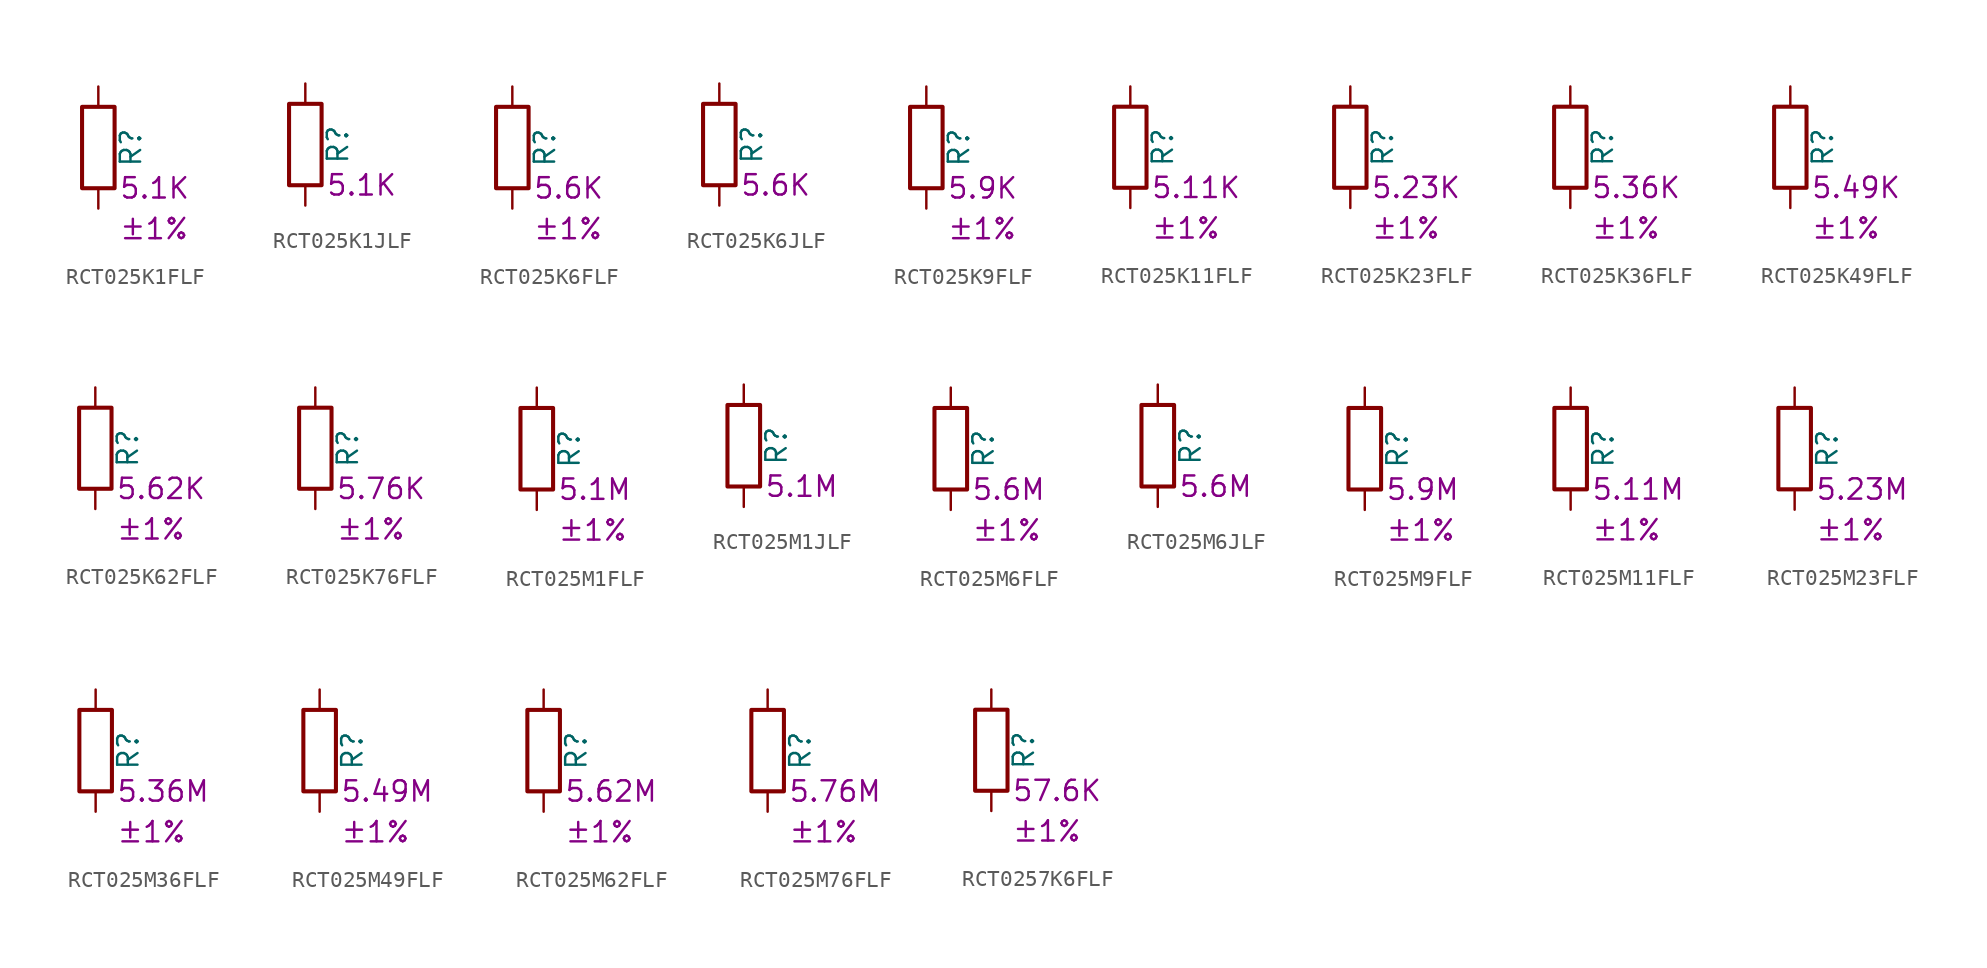
<source format=kicad_sym>
(kicad_symbol_lib
  (version 20220914)
  (generator kicad_symbol_editor)
  (symbol "RCT025K1FLF"
    (pin_numbers hide)
    (pin_names
      (offset 0))
    (property "Reference" "R"
      (at 2.032 0 90)
      (effects (font (size 1.27 1.27))))
    (property "Resistance" "5.1K"
      (at 1.27 -2.54 0)
      (effects (font (size 1.27 1.27)) (justify left)))
    (property "Tolerance" "±1%"
      (at 1.27 -5.08 0)
      (effects (font (size 1.27 1.27)) (justify left)))
    (symbol "RCT025K1FLF_0_1"
      (rectangle (start -1.016 -2.54) (end 1.016 2.54) (stroke (width 0.254) (type default)) (fill (type none))))
    (symbol "RCT025K1FLF_1_1"
      (pin passive line (at 0 3.81 270) (length 1.27) (name "~" (effects (font (size 1.27 1.27)))) (number "1" (effects (font (size 1.27 1.27)))))
      (pin passive line (at 0 -3.81 90) (length 1.27) (name "~" (effects (font (size 1.27 1.27)))) (number "2" (effects (font (size 1.27 1.27)))))))
  (symbol "RCT025K1JLF"
    (pin_numbers hide)
    (pin_names
      (offset 0))
    (property "Reference" "R"
      (at 2.032 0 90)
      (effects (font (size 1.27 1.27))))
    (property "Resistance" "5.1K"
      (at 1.27 -2.54 0)
      (effects (font (size 1.27 1.27)) (justify left)))
    (symbol "RCT025K1JLF_0_1"
      (rectangle (start -1.016 -2.54) (end 1.016 2.54) (stroke (width 0.254) (type default)) (fill (type none))))
    (symbol "RCT025K1JLF_1_1"
      (pin passive line (at 0 3.81 270) (length 1.27) (name "~" (effects (font (size 1.27 1.27)))) (number "1" (effects (font (size 1.27 1.27)))))
      (pin passive line (at 0 -3.81 90) (length 1.27) (name "~" (effects (font (size 1.27 1.27)))) (number "2" (effects (font (size 1.27 1.27)))))))
  (symbol "RCT025K6FLF"
    (pin_numbers hide)
    (pin_names
      (offset 0))
    (property "Reference" "R"
      (at 2.032 0 90)
      (effects (font (size 1.27 1.27))))
    (property "Resistance" "5.6K"
      (at 1.27 -2.54 0)
      (effects (font (size 1.27 1.27)) (justify left)))
    (property "Tolerance" "±1%"
      (at 1.27 -5.08 0)
      (effects (font (size 1.27 1.27)) (justify left)))
    (symbol "RCT025K6FLF_0_1"
      (rectangle (start -1.016 -2.54) (end 1.016 2.54) (stroke (width 0.254) (type default)) (fill (type none))))
    (symbol "RCT025K6FLF_1_1"
      (pin passive line (at 0 3.81 270) (length 1.27) (name "~" (effects (font (size 1.27 1.27)))) (number "1" (effects (font (size 1.27 1.27)))))
      (pin passive line (at 0 -3.81 90) (length 1.27) (name "~" (effects (font (size 1.27 1.27)))) (number "2" (effects (font (size 1.27 1.27)))))))
  (symbol "RCT025K6JLF"
    (pin_numbers hide)
    (pin_names
      (offset 0))
    (property "Reference" "R"
      (at 2.032 0 90)
      (effects (font (size 1.27 1.27))))
    (property "Resistance" "5.6K"
      (at 1.27 -2.54 0)
      (effects (font (size 1.27 1.27)) (justify left)))
    (symbol "RCT025K6JLF_0_1"
      (rectangle (start -1.016 -2.54) (end 1.016 2.54) (stroke (width 0.254) (type default)) (fill (type none))))
    (symbol "RCT025K6JLF_1_1"
      (pin passive line (at 0 3.81 270) (length 1.27) (name "~" (effects (font (size 1.27 1.27)))) (number "1" (effects (font (size 1.27 1.27)))))
      (pin passive line (at 0 -3.81 90) (length 1.27) (name "~" (effects (font (size 1.27 1.27)))) (number "2" (effects (font (size 1.27 1.27)))))))
  (symbol "RCT025K9FLF"
    (pin_numbers hide)
    (pin_names
      (offset 0))
    (property "Reference" "R"
      (at 2.032 0 90)
      (effects (font (size 1.27 1.27))))
    (property "Resistance" "5.9K"
      (at 1.27 -2.54 0)
      (effects (font (size 1.27 1.27)) (justify left)))
    (property "Tolerance" "±1%"
      (at 1.27 -5.08 0)
      (effects (font (size 1.27 1.27)) (justify left)))
    (symbol "RCT025K9FLF_0_1"
      (rectangle (start -1.016 -2.54) (end 1.016 2.54) (stroke (width 0.254) (type default)) (fill (type none))))
    (symbol "RCT025K9FLF_1_1"
      (pin passive line (at 0 3.81 270) (length 1.27) (name "~" (effects (font (size 1.27 1.27)))) (number "1" (effects (font (size 1.27 1.27)))))
      (pin passive line (at 0 -3.81 90) (length 1.27) (name "~" (effects (font (size 1.27 1.27)))) (number "2" (effects (font (size 1.27 1.27)))))))
  (symbol "RCT025K11FLF"
    (pin_numbers hide)
    (pin_names
      (offset 0))
    (property "Reference" "R"
      (at 2.032 0 90)
      (effects (font (size 1.27 1.27))))
    (property "Resistance" "5.11K"
      (at 1.27 -2.54 0)
      (effects (font (size 1.27 1.27)) (justify left)))
    (property "Tolerance" "±1%"
      (at 1.27 -5.08 0)
      (effects (font (size 1.27 1.27)) (justify left)))
    (symbol "RCT025K11FLF_0_1"
      (rectangle (start -1.016 -2.54) (end 1.016 2.54) (stroke (width 0.254) (type default)) (fill (type none))))
    (symbol "RCT025K11FLF_1_1"
      (pin passive line (at 0 3.81 270) (length 1.27) (name "~" (effects (font (size 1.27 1.27)))) (number "1" (effects (font (size 1.27 1.27)))))
      (pin passive line (at 0 -3.81 90) (length 1.27) (name "~" (effects (font (size 1.27 1.27)))) (number "2" (effects (font (size 1.27 1.27)))))))
  (symbol "RCT025K23FLF"
    (pin_numbers hide)
    (pin_names
      (offset 0))
    (property "Reference" "R"
      (at 2.032 0 90)
      (effects (font (size 1.27 1.27))))
    (property "Resistance" "5.23K"
      (at 1.27 -2.54 0)
      (effects (font (size 1.27 1.27)) (justify left)))
    (property "Tolerance" "±1%"
      (at 1.27 -5.08 0)
      (effects (font (size 1.27 1.27)) (justify left)))
    (symbol "RCT025K23FLF_0_1"
      (rectangle (start -1.016 -2.54) (end 1.016 2.54) (stroke (width 0.254) (type default)) (fill (type none))))
    (symbol "RCT025K23FLF_1_1"
      (pin passive line (at 0 3.81 270) (length 1.27) (name "~" (effects (font (size 1.27 1.27)))) (number "1" (effects (font (size 1.27 1.27)))))
      (pin passive line (at 0 -3.81 90) (length 1.27) (name "~" (effects (font (size 1.27 1.27)))) (number "2" (effects (font (size 1.27 1.27)))))))
  (symbol "RCT025K36FLF"
    (pin_numbers hide)
    (pin_names
      (offset 0))
    (property "Reference" "R"
      (at 2.032 0 90)
      (effects (font (size 1.27 1.27))))
    (property "Resistance" "5.36K"
      (at 1.27 -2.54 0)
      (effects (font (size 1.27 1.27)) (justify left)))
    (property "Tolerance" "±1%"
      (at 1.27 -5.08 0)
      (effects (font (size 1.27 1.27)) (justify left)))
    (symbol "RCT025K36FLF_0_1"
      (rectangle (start -1.016 -2.54) (end 1.016 2.54) (stroke (width 0.254) (type default)) (fill (type none))))
    (symbol "RCT025K36FLF_1_1"
      (pin passive line (at 0 3.81 270) (length 1.27) (name "~" (effects (font (size 1.27 1.27)))) (number "1" (effects (font (size 1.27 1.27)))))
      (pin passive line (at 0 -3.81 90) (length 1.27) (name "~" (effects (font (size 1.27 1.27)))) (number "2" (effects (font (size 1.27 1.27)))))))
  (symbol "RCT025K49FLF"
    (pin_numbers hide)
    (pin_names
      (offset 0))
    (property "Reference" "R"
      (at 2.032 0 90)
      (effects (font (size 1.27 1.27))))
    (property "Resistance" "5.49K"
      (at 1.27 -2.54 0)
      (effects (font (size 1.27 1.27)) (justify left)))
    (property "Tolerance" "±1%"
      (at 1.27 -5.08 0)
      (effects (font (size 1.27 1.27)) (justify left)))
    (symbol "RCT025K49FLF_0_1"
      (rectangle (start -1.016 -2.54) (end 1.016 2.54) (stroke (width 0.254) (type default)) (fill (type none))))
    (symbol "RCT025K49FLF_1_1"
      (pin passive line (at 0 3.81 270) (length 1.27) (name "~" (effects (font (size 1.27 1.27)))) (number "1" (effects (font (size 1.27 1.27)))))
      (pin passive line (at 0 -3.81 90) (length 1.27) (name "~" (effects (font (size 1.27 1.27)))) (number "2" (effects (font (size 1.27 1.27)))))))
  (symbol "RCT025K62FLF"
    (pin_numbers hide)
    (pin_names
      (offset 0))
    (property "Reference" "R"
      (at 2.032 0 90)
      (effects (font (size 1.27 1.27))))
    (property "Resistance" "5.62K"
      (at 1.27 -2.54 0)
      (effects (font (size 1.27 1.27)) (justify left)))
    (property "Tolerance" "±1%"
      (at 1.27 -5.08 0)
      (effects (font (size 1.27 1.27)) (justify left)))
    (symbol "RCT025K62FLF_0_1"
      (rectangle (start -1.016 -2.54) (end 1.016 2.54) (stroke (width 0.254) (type default)) (fill (type none))))
    (symbol "RCT025K62FLF_1_1"
      (pin passive line (at 0 3.81 270) (length 1.27) (name "~" (effects (font (size 1.27 1.27)))) (number "1" (effects (font (size 1.27 1.27)))))
      (pin passive line (at 0 -3.81 90) (length 1.27) (name "~" (effects (font (size 1.27 1.27)))) (number "2" (effects (font (size 1.27 1.27)))))))
  (symbol "RCT025K76FLF"
    (pin_numbers hide)
    (pin_names
      (offset 0))
    (property "Reference" "R"
      (at 2.032 0 90)
      (effects (font (size 1.27 1.27))))
    (property "Resistance" "5.76K"
      (at 1.27 -2.54 0)
      (effects (font (size 1.27 1.27)) (justify left)))
    (property "Tolerance" "±1%"
      (at 1.27 -5.08 0)
      (effects (font (size 1.27 1.27)) (justify left)))
    (symbol "RCT025K76FLF_0_1"
      (rectangle (start -1.016 -2.54) (end 1.016 2.54) (stroke (width 0.254) (type default)) (fill (type none))))
    (symbol "RCT025K76FLF_1_1"
      (pin passive line (at 0 3.81 270) (length 1.27) (name "~" (effects (font (size 1.27 1.27)))) (number "1" (effects (font (size 1.27 1.27)))))
      (pin passive line (at 0 -3.81 90) (length 1.27) (name "~" (effects (font (size 1.27 1.27)))) (number "2" (effects (font (size 1.27 1.27)))))))
  (symbol "RCT025M1FLF"
    (pin_numbers hide)
    (pin_names
      (offset 0))
    (property "Reference" "R"
      (at 2.032 0 90)
      (effects (font (size 1.27 1.27))))
    (property "Resistance" "5.1M"
      (at 1.27 -2.54 0)
      (effects (font (size 1.27 1.27)) (justify left)))
    (property "Tolerance" "±1%"
      (at 1.27 -5.08 0)
      (effects (font (size 1.27 1.27)) (justify left)))
    (symbol "RCT025M1FLF_0_1"
      (rectangle (start -1.016 -2.54) (end 1.016 2.54) (stroke (width 0.254) (type default)) (fill (type none))))
    (symbol "RCT025M1FLF_1_1"
      (pin passive line (at 0 3.81 270) (length 1.27) (name "~" (effects (font (size 1.27 1.27)))) (number "1" (effects (font (size 1.27 1.27)))))
      (pin passive line (at 0 -3.81 90) (length 1.27) (name "~" (effects (font (size 1.27 1.27)))) (number "2" (effects (font (size 1.27 1.27)))))))
  (symbol "RCT025M1JLF"
    (pin_numbers hide)
    (pin_names
      (offset 0))
    (property "Reference" "R"
      (at 2.032 0 90)
      (effects (font (size 1.27 1.27))))
    (property "Resistance" "5.1M"
      (at 1.27 -2.54 0)
      (effects (font (size 1.27 1.27)) (justify left)))
    (symbol "RCT025M1JLF_0_1"
      (rectangle (start -1.016 -2.54) (end 1.016 2.54) (stroke (width 0.254) (type default)) (fill (type none))))
    (symbol "RCT025M1JLF_1_1"
      (pin passive line (at 0 3.81 270) (length 1.27) (name "~" (effects (font (size 1.27 1.27)))) (number "1" (effects (font (size 1.27 1.27)))))
      (pin passive line (at 0 -3.81 90) (length 1.27) (name "~" (effects (font (size 1.27 1.27)))) (number "2" (effects (font (size 1.27 1.27)))))))
  (symbol "RCT025M6FLF"
    (pin_numbers hide)
    (pin_names
      (offset 0))
    (property "Reference" "R"
      (at 2.032 0 90)
      (effects (font (size 1.27 1.27))))
    (property "Resistance" "5.6M"
      (at 1.27 -2.54 0)
      (effects (font (size 1.27 1.27)) (justify left)))
    (property "Tolerance" "±1%"
      (at 1.27 -5.08 0)
      (effects (font (size 1.27 1.27)) (justify left)))
    (symbol "RCT025M6FLF_0_1"
      (rectangle (start -1.016 -2.54) (end 1.016 2.54) (stroke (width 0.254) (type default)) (fill (type none))))
    (symbol "RCT025M6FLF_1_1"
      (pin passive line (at 0 3.81 270) (length 1.27) (name "~" (effects (font (size 1.27 1.27)))) (number "1" (effects (font (size 1.27 1.27)))))
      (pin passive line (at 0 -3.81 90) (length 1.27) (name "~" (effects (font (size 1.27 1.27)))) (number "2" (effects (font (size 1.27 1.27)))))))
  (symbol "RCT025M6JLF"
    (pin_numbers hide)
    (pin_names
      (offset 0))
    (property "Reference" "R"
      (at 2.032 0 90)
      (effects (font (size 1.27 1.27))))
    (property "Resistance" "5.6M"
      (at 1.27 -2.54 0)
      (effects (font (size 1.27 1.27)) (justify left)))
    (symbol "RCT025M6JLF_0_1"
      (rectangle (start -1.016 -2.54) (end 1.016 2.54) (stroke (width 0.254) (type default)) (fill (type none))))
    (symbol "RCT025M6JLF_1_1"
      (pin passive line (at 0 3.81 270) (length 1.27) (name "~" (effects (font (size 1.27 1.27)))) (number "1" (effects (font (size 1.27 1.27)))))
      (pin passive line (at 0 -3.81 90) (length 1.27) (name "~" (effects (font (size 1.27 1.27)))) (number "2" (effects (font (size 1.27 1.27)))))))
  (symbol "RCT025M9FLF"
    (pin_numbers hide)
    (pin_names
      (offset 0))
    (property "Reference" "R"
      (at 2.032 0 90)
      (effects (font (size 1.27 1.27))))
    (property "Resistance" "5.9M"
      (at 1.27 -2.54 0)
      (effects (font (size 1.27 1.27)) (justify left)))
    (property "Tolerance" "±1%"
      (at 1.27 -5.08 0)
      (effects (font (size 1.27 1.27)) (justify left)))
    (symbol "RCT025M9FLF_0_1"
      (rectangle (start -1.016 -2.54) (end 1.016 2.54) (stroke (width 0.254) (type default)) (fill (type none))))
    (symbol "RCT025M9FLF_1_1"
      (pin passive line (at 0 3.81 270) (length 1.27) (name "~" (effects (font (size 1.27 1.27)))) (number "1" (effects (font (size 1.27 1.27)))))
      (pin passive line (at 0 -3.81 90) (length 1.27) (name "~" (effects (font (size 1.27 1.27)))) (number "2" (effects (font (size 1.27 1.27)))))))
  (symbol "RCT025M11FLF"
    (pin_numbers hide)
    (pin_names
      (offset 0))
    (property "Reference" "R"
      (at 2.032 0 90)
      (effects (font (size 1.27 1.27))))
    (property "Resistance" "5.11M"
      (at 1.27 -2.54 0)
      (effects (font (size 1.27 1.27)) (justify left)))
    (property "Tolerance" "±1%"
      (at 1.27 -5.08 0)
      (effects (font (size 1.27 1.27)) (justify left)))
    (symbol "RCT025M11FLF_0_1"
      (rectangle (start -1.016 -2.54) (end 1.016 2.54) (stroke (width 0.254) (type default)) (fill (type none))))
    (symbol "RCT025M11FLF_1_1"
      (pin passive line (at 0 3.81 270) (length 1.27) (name "~" (effects (font (size 1.27 1.27)))) (number "1" (effects (font (size 1.27 1.27)))))
      (pin passive line (at 0 -3.81 90) (length 1.27) (name "~" (effects (font (size 1.27 1.27)))) (number "2" (effects (font (size 1.27 1.27)))))))
  (symbol "RCT025M23FLF"
    (pin_numbers hide)
    (pin_names
      (offset 0))
    (property "Reference" "R"
      (at 2.032 0 90)
      (effects (font (size 1.27 1.27))))
    (property "Resistance" "5.23M"
      (at 1.27 -2.54 0)
      (effects (font (size 1.27 1.27)) (justify left)))
    (property "Tolerance" "±1%"
      (at 1.27 -5.08 0)
      (effects (font (size 1.27 1.27)) (justify left)))
    (symbol "RCT025M23FLF_0_1"
      (rectangle (start -1.016 -2.54) (end 1.016 2.54) (stroke (width 0.254) (type default)) (fill (type none))))
    (symbol "RCT025M23FLF_1_1"
      (pin passive line (at 0 3.81 270) (length 1.27) (name "~" (effects (font (size 1.27 1.27)))) (number "1" (effects (font (size 1.27 1.27)))))
      (pin passive line (at 0 -3.81 90) (length 1.27) (name "~" (effects (font (size 1.27 1.27)))) (number "2" (effects (font (size 1.27 1.27)))))))
  (symbol "RCT025M36FLF"
    (pin_numbers hide)
    (pin_names
      (offset 0))
    (property "Reference" "R"
      (at 2.032 0 90)
      (effects (font (size 1.27 1.27))))
    (property "Resistance" "5.36M"
      (at 1.27 -2.54 0)
      (effects (font (size 1.27 1.27)) (justify left)))
    (property "Tolerance" "±1%"
      (at 1.27 -5.08 0)
      (effects (font (size 1.27 1.27)) (justify left)))
    (symbol "RCT025M36FLF_0_1"
      (rectangle (start -1.016 -2.54) (end 1.016 2.54) (stroke (width 0.254) (type default)) (fill (type none))))
    (symbol "RCT025M36FLF_1_1"
      (pin passive line (at 0 3.81 270) (length 1.27) (name "~" (effects (font (size 1.27 1.27)))) (number "1" (effects (font (size 1.27 1.27)))))
      (pin passive line (at 0 -3.81 90) (length 1.27) (name "~" (effects (font (size 1.27 1.27)))) (number "2" (effects (font (size 1.27 1.27)))))))
  (symbol "RCT025M49FLF"
    (pin_numbers hide)
    (pin_names
      (offset 0))
    (property "Reference" "R"
      (at 2.032 0 90)
      (effects (font (size 1.27 1.27))))
    (property "Resistance" "5.49M"
      (at 1.27 -2.54 0)
      (effects (font (size 1.27 1.27)) (justify left)))
    (property "Tolerance" "±1%"
      (at 1.27 -5.08 0)
      (effects (font (size 1.27 1.27)) (justify left)))
    (symbol "RCT025M49FLF_0_1"
      (rectangle (start -1.016 -2.54) (end 1.016 2.54) (stroke (width 0.254) (type default)) (fill (type none))))
    (symbol "RCT025M49FLF_1_1"
      (pin passive line (at 0 3.81 270) (length 1.27) (name "~" (effects (font (size 1.27 1.27)))) (number "1" (effects (font (size 1.27 1.27)))))
      (pin passive line (at 0 -3.81 90) (length 1.27) (name "~" (effects (font (size 1.27 1.27)))) (number "2" (effects (font (size 1.27 1.27)))))))
  (symbol "RCT025M62FLF"
    (pin_numbers hide)
    (pin_names
      (offset 0))
    (property "Reference" "R"
      (at 2.032 0 90)
      (effects (font (size 1.27 1.27))))
    (property "Resistance" "5.62M"
      (at 1.27 -2.54 0)
      (effects (font (size 1.27 1.27)) (justify left)))
    (property "Tolerance" "±1%"
      (at 1.27 -5.08 0)
      (effects (font (size 1.27 1.27)) (justify left)))
    (symbol "RCT025M62FLF_0_1"
      (rectangle (start -1.016 -2.54) (end 1.016 2.54) (stroke (width 0.254) (type default)) (fill (type none))))
    (symbol "RCT025M62FLF_1_1"
      (pin passive line (at 0 3.81 270) (length 1.27) (name "~" (effects (font (size 1.27 1.27)))) (number "1" (effects (font (size 1.27 1.27)))))
      (pin passive line (at 0 -3.81 90) (length 1.27) (name "~" (effects (font (size 1.27 1.27)))) (number "2" (effects (font (size 1.27 1.27)))))))
  (symbol "RCT025M76FLF"
    (pin_numbers hide)
    (pin_names
      (offset 0))
    (property "Reference" "R"
      (at 2.032 0 90)
      (effects (font (size 1.27 1.27))))
    (property "Resistance" "5.76M"
      (at 1.27 -2.54 0)
      (effects (font (size 1.27 1.27)) (justify left)))
    (property "Tolerance" "±1%"
      (at 1.27 -5.08 0)
      (effects (font (size 1.27 1.27)) (justify left)))
    (symbol "RCT025M76FLF_0_1"
      (rectangle (start -1.016 -2.54) (end 1.016 2.54) (stroke (width 0.254) (type default)) (fill (type none))))
    (symbol "RCT025M76FLF_1_1"
      (pin passive line (at 0 3.81 270) (length 1.27) (name "~" (effects (font (size 1.27 1.27)))) (number "1" (effects (font (size 1.27 1.27)))))
      (pin passive line (at 0 -3.81 90) (length 1.27) (name "~" (effects (font (size 1.27 1.27)))) (number "2" (effects (font (size 1.27 1.27)))))))
  (symbol "RCT0257K6FLF"
    (pin_numbers hide)
    (pin_names
      (offset 0))
    (property "Reference" "R"
      (at 2.032 0 90)
      (effects (font (size 1.27 1.27))))
    (property "Resistance" "57.6K"
      (at 1.27 -2.54 0)
      (effects (font (size 1.27 1.27)) (justify left)))
    (property "Tolerance" "±1%"
      (at 1.27 -5.08 0)
      (effects (font (size 1.27 1.27)) (justify left)))
    (symbol "RCT0257K6FLF_0_1"
      (rectangle (start -1.016 -2.54) (end 1.016 2.54) (stroke (width 0.254) (type default)) (fill (type none))))
    (symbol "RCT0257K6FLF_1_1"
      (pin passive line (at 0 3.81 270) (length 1.27) (name "~" (effects (font (size 1.27 1.27)))) (number "1" (effects (font (size 1.27 1.27)))))
      (pin passive line (at 0 -3.81 90) (length 1.27) (name "~" (effects (font (size 1.27 1.27)))) (number "2" (effects (font (size 1.27 1.27))))))))
</source>
